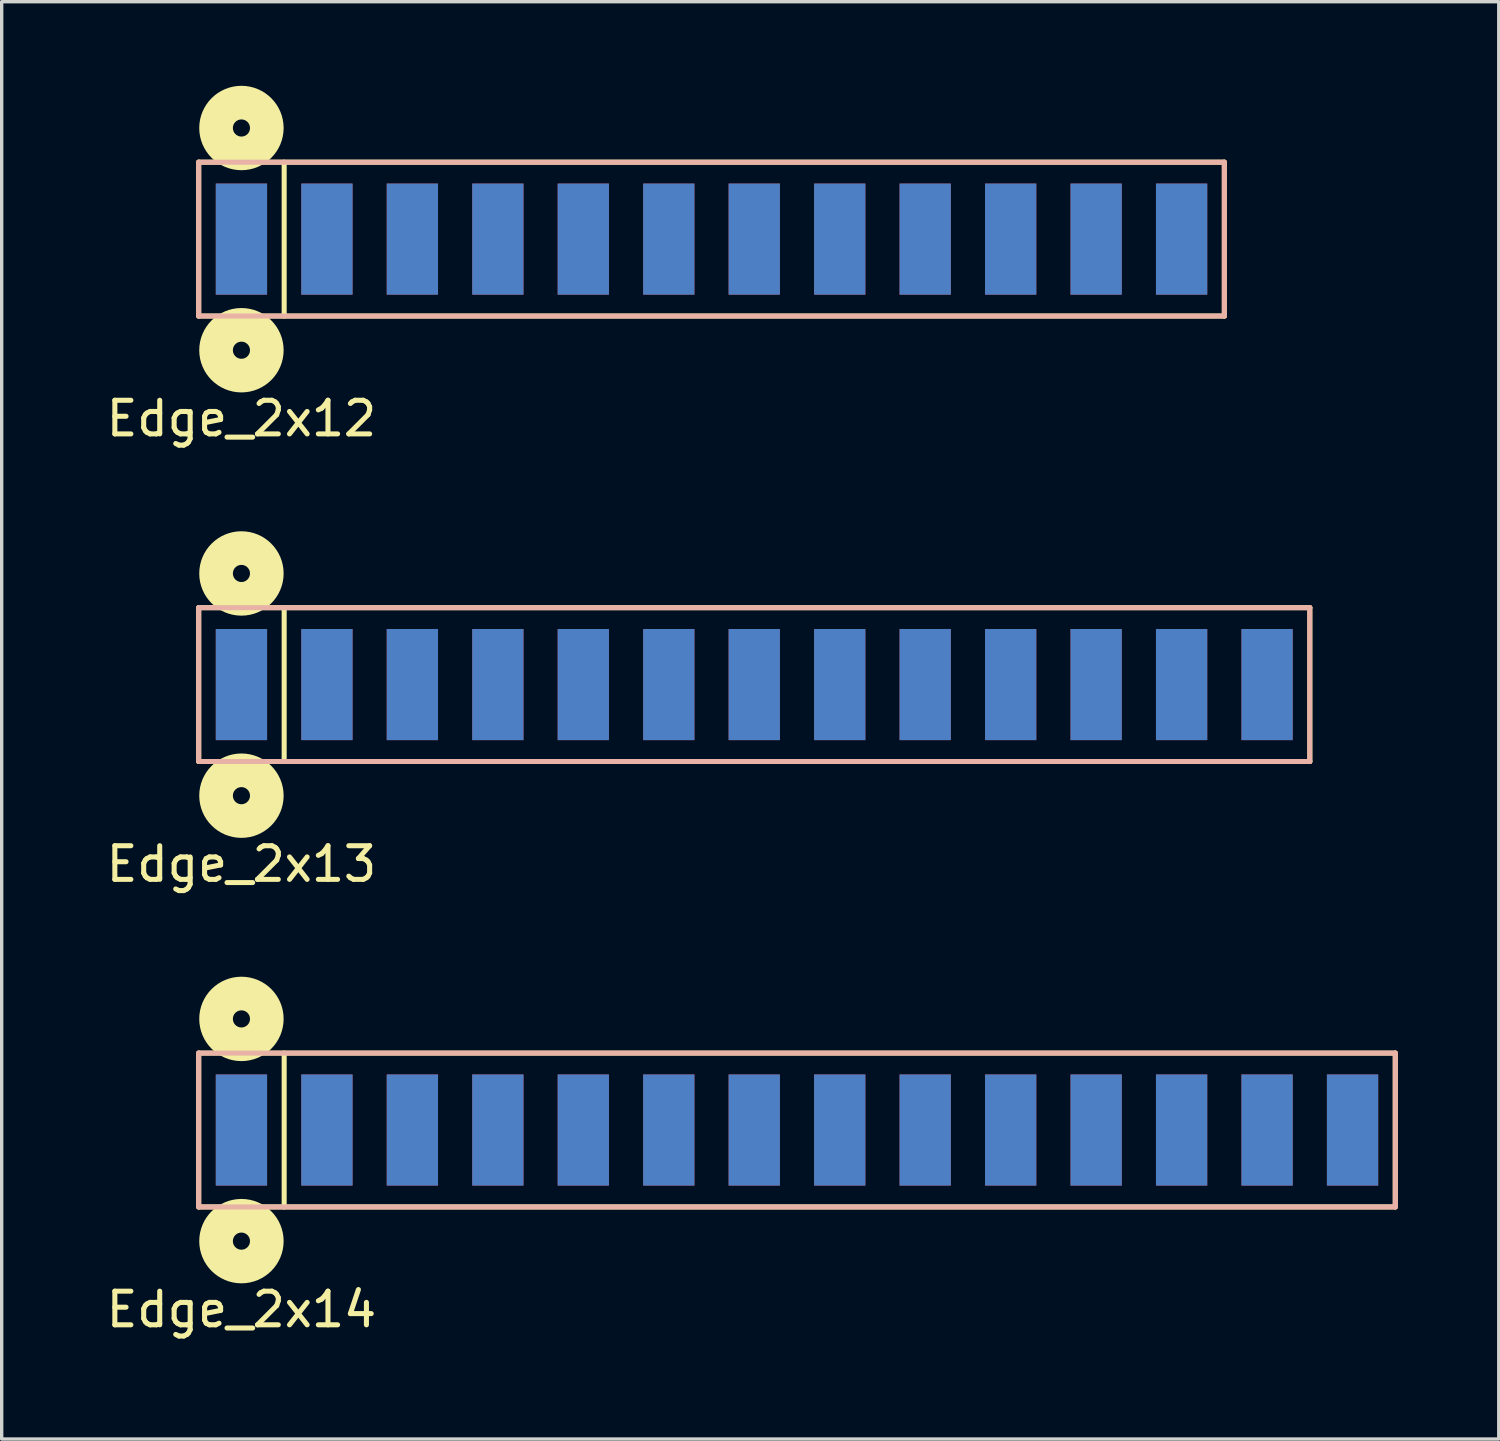
<source format=kicad_pcb>
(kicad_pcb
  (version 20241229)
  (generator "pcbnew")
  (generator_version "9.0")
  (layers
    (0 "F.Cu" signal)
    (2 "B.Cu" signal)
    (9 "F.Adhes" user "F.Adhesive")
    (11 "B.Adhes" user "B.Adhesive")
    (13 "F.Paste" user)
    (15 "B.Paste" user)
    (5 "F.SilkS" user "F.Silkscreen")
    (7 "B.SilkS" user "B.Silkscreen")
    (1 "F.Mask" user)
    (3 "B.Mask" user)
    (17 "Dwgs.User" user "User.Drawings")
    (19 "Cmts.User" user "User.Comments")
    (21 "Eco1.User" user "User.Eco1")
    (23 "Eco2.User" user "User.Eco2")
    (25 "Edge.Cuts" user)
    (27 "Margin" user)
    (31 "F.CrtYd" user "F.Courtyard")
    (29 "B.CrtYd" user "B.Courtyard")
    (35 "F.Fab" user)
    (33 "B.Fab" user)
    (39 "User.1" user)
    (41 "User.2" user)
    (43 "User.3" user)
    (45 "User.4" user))
  (footprint "Edge_2x13"
    (layer "F.Cu")
    (at 4.125 17.294)
    (property "Reference" "Edge_2x13" (at 0 5.334 0) (layer "F.SilkS") (effects (font (size 1 1) (thickness 0.15))))
    (attr through_hole)
    (fp_line (start -1.27 -2.286) (end -1.27 2.286) (stroke (width 0.15) (type solid)) (layer "F.SilkS"))
    (fp_line (start -1.27 2.286) (end 31.75 2.286) (stroke (width 0.15) (type solid)) (layer "F.SilkS"))
    (fp_line (start 1.27 2.286) (end 1.27 -2.286) (stroke (width 0.15) (type solid)) (layer "F.SilkS"))
    (fp_line (start 31.75 -2.286) (end -1.27 -2.286) (stroke (width 0.15) (type solid)) (layer "F.SilkS"))
    (fp_line (start 31.75 2.286) (end 31.75 -2.286) (stroke (width 0.15) (type solid)) (layer "F.SilkS"))
    (fp_circle (center 0 -3.302) (end 0.254 -3.302) (stroke (width 1) (type solid)) (fill no) (layer "F.SilkS"))
    (fp_circle (center 0 3.302) (end 0.254 3.302) (stroke (width 1) (type solid)) (fill no) (layer "F.SilkS"))
    (fp_line (start -1.27 -2.286) (end -1.27 2.286) (stroke (width 0.15) (type solid)) (layer "B.SilkS"))
    (fp_line (start -1.27 2.286) (end 31.75 2.286) (stroke (width 0.15) (type solid)) (layer "B.SilkS"))
    (fp_line (start 31.75 -2.286) (end -1.27 -2.286) (stroke (width 0.15) (type solid)) (layer "B.SilkS"))
    (fp_line (start 31.75 2.286) (end 31.75 -2.286) (stroke (width 0.15) (type solid)) (layer "B.SilkS"))
    (pad "1" smd rect (at 0 0) (size 1.524 3.302) (layers "F.Cu" "F.Mask" "F.Paste"))
    (pad "2" smd rect (at 0 0) (size 1.524 3.302) (layers "B.Cu" "B.Mask" "B.Paste"))
    (pad "3" smd rect (at 2.54 0) (size 1.524 3.302) (layers "F.Cu" "F.Mask" "F.Paste"))
    (pad "4" smd rect (at 2.54 0) (size 1.524 3.302) (layers "B.Cu" "B.Mask" "B.Paste"))
    (pad "5" smd rect (at 5.08 0) (size 1.524 3.302) (layers "F.Cu" "F.Mask" "F.Paste"))
    (pad "6" smd rect (at 5.08 0) (size 1.524 3.302) (layers "B.Cu" "B.Mask" "B.Paste"))
    (pad "7" smd rect (at 7.62 0) (size 1.524 3.302) (layers "F.Cu" "F.Mask" "F.Paste"))
    (pad "8" smd rect (at 7.62 0) (size 1.524 3.302) (layers "B.Cu" "B.Mask" "B.Paste"))
    (pad "9" smd rect (at 10.16 0) (size 1.524 3.302) (layers "F.Cu" "F.Mask" "F.Paste"))
    (pad "10" smd rect (at 10.16 0) (size 1.524 3.302) (layers "B.Cu" "B.Mask" "B.Paste"))
    (pad "11" smd rect (at 12.7 0) (size 1.524 3.302) (layers "F.Cu" "F.Mask" "F.Paste"))
    (pad "12" smd rect (at 12.7 0) (size 1.524 3.302) (layers "B.Cu" "B.Mask" "B.Paste"))
    (pad "13" smd rect (at 15.24 0) (size 1.524 3.302) (layers "F.Cu" "F.Mask" "F.Paste"))
    (pad "14" smd rect (at 15.24 0) (size 1.524 3.302) (layers "B.Cu" "B.Mask" "B.Paste"))
    (pad "15" smd rect (at 17.78 0) (size 1.524 3.302) (layers "F.Cu" "F.Mask" "F.Paste"))
    (pad "16" smd rect (at 17.78 0) (size 1.524 3.302) (layers "B.Cu" "B.Mask" "B.Paste"))
    (pad "17" smd rect (at 20.32 0) (size 1.524 3.302) (layers "F.Cu" "F.Mask" "F.Paste"))
    (pad "18" smd rect (at 20.32 0) (size 1.524 3.302) (layers "B.Cu" "B.Mask" "B.Paste"))
    (pad "19" smd rect (at 22.86 0) (size 1.524 3.302) (layers "F.Cu" "F.Mask" "F.Paste"))
    (pad "20" smd rect (at 22.86 0) (size 1.524 3.302) (layers "B.Cu" "B.Mask" "B.Paste"))
    (pad "21" smd rect (at 25.4 0) (size 1.524 3.302) (layers "F.Cu" "F.Mask" "F.Paste"))
    (pad "22" smd rect (at 25.4 0) (size 1.524 3.302) (layers "B.Cu" "B.Mask" "B.Paste"))
    (pad "23" smd rect (at 27.94 0) (size 1.524 3.302) (layers "F.Cu" "F.Mask" "F.Paste"))
    (pad "24" smd rect (at 27.94 0) (size 1.524 3.302) (layers "B.Cu" "B.Mask" "B.Paste"))
    (pad "25" smd rect (at 30.48 0) (size 1.524 3.302) (layers "F.Cu" "F.Mask" "F.Paste"))
    (pad "26" smd rect (at 30.48 0) (size 1.524 3.302) (layers "B.Cu" "B.Mask" "B.Paste")))
  (footprint "Edge_2x12"
    (layer "F.Cu")
    (at 4.125 4.056)
    (property "Reference" "Edge_2x12" (at 0 5.334 0) (layer "F.SilkS") (effects (font (size 1 1) (thickness 0.15))))
    (attr through_hole)
    (fp_line (start -1.27 -2.286) (end -1.27 2.286) (stroke (width 0.15) (type solid)) (layer "F.SilkS"))
    (fp_line (start -1.27 2.286) (end 29.21 2.286) (stroke (width 0.15) (type solid)) (layer "F.SilkS"))
    (fp_line (start 1.27 2.286) (end 1.27 -2.286) (stroke (width 0.15) (type solid)) (layer "F.SilkS"))
    (fp_line (start 29.21 -2.286) (end -1.27 -2.286) (stroke (width 0.15) (type solid)) (layer "F.SilkS"))
    (fp_line (start 29.21 2.286) (end 29.21 -2.286) (stroke (width 0.15) (type solid)) (layer "F.SilkS"))
    (fp_circle (center 0 -3.302) (end 0.254 -3.302) (stroke (width 1) (type solid)) (fill no) (layer "F.SilkS"))
    (fp_circle (center 0 3.302) (end 0.254 3.302) (stroke (width 1) (type solid)) (fill no) (layer "F.SilkS"))
    (fp_line (start -1.27 -2.286) (end -1.27 2.286) (stroke (width 0.15) (type solid)) (layer "B.SilkS"))
    (fp_line (start -1.27 2.286) (end 29.21 2.286) (stroke (width 0.15) (type solid)) (layer "B.SilkS"))
    (fp_line (start 29.21 -2.286) (end -1.27 -2.286) (stroke (width 0.15) (type solid)) (layer "B.SilkS"))
    (fp_line (start 29.21 2.286) (end 29.21 -2.286) (stroke (width 0.15) (type solid)) (layer "B.SilkS"))
    (pad "1" smd rect (at 0 0) (size 1.524 3.302) (layers "F.Cu" "F.Mask" "F.Paste"))
    (pad "2" smd rect (at 0 0) (size 1.524 3.302) (layers "B.Cu" "B.Mask" "B.Paste"))
    (pad "3" smd rect (at 2.54 0) (size 1.524 3.302) (layers "F.Cu" "F.Mask" "F.Paste"))
    (pad "4" smd rect (at 2.54 0) (size 1.524 3.302) (layers "B.Cu" "B.Mask" "B.Paste"))
    (pad "5" smd rect (at 5.08 0) (size 1.524 3.302) (layers "F.Cu" "F.Mask" "F.Paste"))
    (pad "6" smd rect (at 5.08 0) (size 1.524 3.302) (layers "B.Cu" "B.Mask" "B.Paste"))
    (pad "7" smd rect (at 7.62 0) (size 1.524 3.302) (layers "F.Cu" "F.Mask" "F.Paste"))
    (pad "8" smd rect (at 7.62 0) (size 1.524 3.302) (layers "B.Cu" "B.Mask" "B.Paste"))
    (pad "9" smd rect (at 10.16 0) (size 1.524 3.302) (layers "F.Cu" "F.Mask" "F.Paste"))
    (pad "10" smd rect (at 10.16 0) (size 1.524 3.302) (layers "B.Cu" "B.Mask" "B.Paste"))
    (pad "11" smd rect (at 12.7 0) (size 1.524 3.302) (layers "F.Cu" "F.Mask" "F.Paste"))
    (pad "12" smd rect (at 12.7 0) (size 1.524 3.302) (layers "B.Cu" "B.Mask" "B.Paste"))
    (pad "13" smd rect (at 15.24 0) (size 1.524 3.302) (layers "F.Cu" "F.Mask" "F.Paste"))
    (pad "14" smd rect (at 15.24 0) (size 1.524 3.302) (layers "B.Cu" "B.Mask" "B.Paste"))
    (pad "15" smd rect (at 17.78 0) (size 1.524 3.302) (layers "F.Cu" "F.Mask" "F.Paste"))
    (pad "16" smd rect (at 17.78 0) (size 1.524 3.302) (layers "B.Cu" "B.Mask" "B.Paste"))
    (pad "17" smd rect (at 20.32 0) (size 1.524 3.302) (layers "F.Cu" "F.Mask" "F.Paste"))
    (pad "18" smd rect (at 20.32 0) (size 1.524 3.302) (layers "B.Cu" "B.Mask" "B.Paste"))
    (pad "19" smd rect (at 22.86 0) (size 1.524 3.302) (layers "F.Cu" "F.Mask" "F.Paste"))
    (pad "20" smd rect (at 22.86 0) (size 1.524 3.302) (layers "B.Cu" "B.Mask" "B.Paste"))
    (pad "21" smd rect (at 25.4 0) (size 1.524 3.302) (layers "F.Cu" "F.Mask" "F.Paste"))
    (pad "22" smd rect (at 25.4 0) (size 1.524 3.302) (layers "B.Cu" "B.Mask" "B.Paste"))
    (pad "23" smd rect (at 27.94 0) (size 1.524 3.302) (layers "F.Cu" "F.Mask" "F.Paste"))
    (pad "24" smd rect (at 27.94 0) (size 1.524 3.302) (layers "B.Cu" "B.Mask" "B.Paste")))
  (footprint "Edge_2x14"
    (layer "F.Cu")
    (at 4.125 30.532)
    (property "Reference" "Edge_2x14" (at 0 5.334 0) (layer "F.SilkS") (effects (font (size 1 1) (thickness 0.15))))
    (attr through_hole)
    (fp_line (start -1.27 -2.286) (end -1.27 2.286) (stroke (width 0.15) (type solid)) (layer "F.SilkS"))
    (fp_line (start -1.27 2.286) (end 34.29 2.286) (stroke (width 0.15) (type solid)) (layer "F.SilkS"))
    (fp_line (start 1.27 2.286) (end 1.27 -2.286) (stroke (width 0.15) (type solid)) (layer "F.SilkS"))
    (fp_line (start 34.29 -2.286) (end -1.27 -2.286) (stroke (width 0.15) (type solid)) (layer "F.SilkS"))
    (fp_line (start 34.29 2.286) (end 34.29 -2.286) (stroke (width 0.15) (type solid)) (layer "F.SilkS"))
    (fp_circle (center 0 -3.302) (end 0.254 -3.302) (stroke (width 1) (type solid)) (fill no) (layer "F.SilkS"))
    (fp_circle (center 0 3.302) (end 0.254 3.302) (stroke (width 1) (type solid)) (fill no) (layer "F.SilkS"))
    (fp_line (start -1.27 -2.286) (end -1.27 2.286) (stroke (width 0.15) (type solid)) (layer "B.SilkS"))
    (fp_line (start -1.27 2.286) (end 34.29 2.286) (stroke (width 0.15) (type solid)) (layer "B.SilkS"))
    (fp_line (start 34.29 -2.286) (end -1.27 -2.286) (stroke (width 0.15) (type solid)) (layer "B.SilkS"))
    (fp_line (start 34.29 2.286) (end 34.29 -2.286) (stroke (width 0.15) (type solid)) (layer "B.SilkS"))
    (pad "1" smd rect (at 0 0) (size 1.524 3.302) (layers "F.Cu" "F.Mask" "F.Paste"))
    (pad "2" smd rect (at 0 0) (size 1.524 3.302) (layers "B.Cu" "B.Mask" "B.Paste"))
    (pad "3" smd rect (at 2.54 0) (size 1.524 3.302) (layers "F.Cu" "F.Mask" "F.Paste"))
    (pad "4" smd rect (at 2.54 0) (size 1.524 3.302) (layers "B.Cu" "B.Mask" "B.Paste"))
    (pad "5" smd rect (at 5.08 0) (size 1.524 3.302) (layers "F.Cu" "F.Mask" "F.Paste"))
    (pad "6" smd rect (at 5.08 0) (size 1.524 3.302) (layers "B.Cu" "B.Mask" "B.Paste"))
    (pad "7" smd rect (at 7.62 0) (size 1.524 3.302) (layers "F.Cu" "F.Mask" "F.Paste"))
    (pad "8" smd rect (at 7.62 0) (size 1.524 3.302) (layers "B.Cu" "B.Mask" "B.Paste"))
    (pad "9" smd rect (at 10.16 0) (size 1.524 3.302) (layers "F.Cu" "F.Mask" "F.Paste"))
    (pad "10" smd rect (at 10.16 0) (size 1.524 3.302) (layers "B.Cu" "B.Mask" "B.Paste"))
    (pad "11" smd rect (at 12.7 0) (size 1.524 3.302) (layers "F.Cu" "F.Mask" "F.Paste"))
    (pad "12" smd rect (at 12.7 0) (size 1.524 3.302) (layers "B.Cu" "B.Mask" "B.Paste"))
    (pad "13" smd rect (at 15.24 0) (size 1.524 3.302) (layers "F.Cu" "F.Mask" "F.Paste"))
    (pad "14" smd rect (at 15.24 0) (size 1.524 3.302) (layers "B.Cu" "B.Mask" "B.Paste"))
    (pad "15" smd rect (at 17.78 0) (size 1.524 3.302) (layers "F.Cu" "F.Mask" "F.Paste"))
    (pad "16" smd rect (at 17.78 0) (size 1.524 3.302) (layers "B.Cu" "B.Mask" "B.Paste"))
    (pad "17" smd rect (at 20.32 0) (size 1.524 3.302) (layers "F.Cu" "F.Mask" "F.Paste"))
    (pad "18" smd rect (at 20.32 0) (size 1.524 3.302) (layers "B.Cu" "B.Mask" "B.Paste"))
    (pad "19" smd rect (at 22.86 0) (size 1.524 3.302) (layers "F.Cu" "F.Mask" "F.Paste"))
    (pad "20" smd rect (at 22.86 0) (size 1.524 3.302) (layers "B.Cu" "B.Mask" "B.Paste"))
    (pad "21" smd rect (at 25.4 0) (size 1.524 3.302) (layers "F.Cu" "F.Mask" "F.Paste"))
    (pad "22" smd rect (at 25.4 0) (size 1.524 3.302) (layers "B.Cu" "B.Mask" "B.Paste"))
    (pad "23" smd rect (at 27.94 0) (size 1.524 3.302) (layers "F.Cu" "F.Mask" "F.Paste"))
    (pad "24" smd rect (at 27.94 0) (size 1.524 3.302) (layers "B.Cu" "B.Mask" "B.Paste"))
    (pad "25" smd rect (at 30.48 0) (size 1.524 3.302) (layers "F.Cu" "F.Mask" "F.Paste"))
    (pad "26" smd rect (at 30.48 0) (size 1.524 3.302) (layers "B.Cu" "B.Mask" "B.Paste"))
    (pad "27" smd rect (at 33.02 0) (size 1.524 3.302) (layers "F.Cu" "F.Mask" "F.Paste"))
    (pad "28" smd rect (at 33.02 0) (size 1.524 3.302) (layers "B.Cu" "B.Mask" "B.Paste")))
  (gr_rect
    (start -3 -3)
    (end 41.49 39.715)
    (stroke (width 0.1) (type default))
    (fill no)
    (layer "Edge.Cuts")))
</source>
